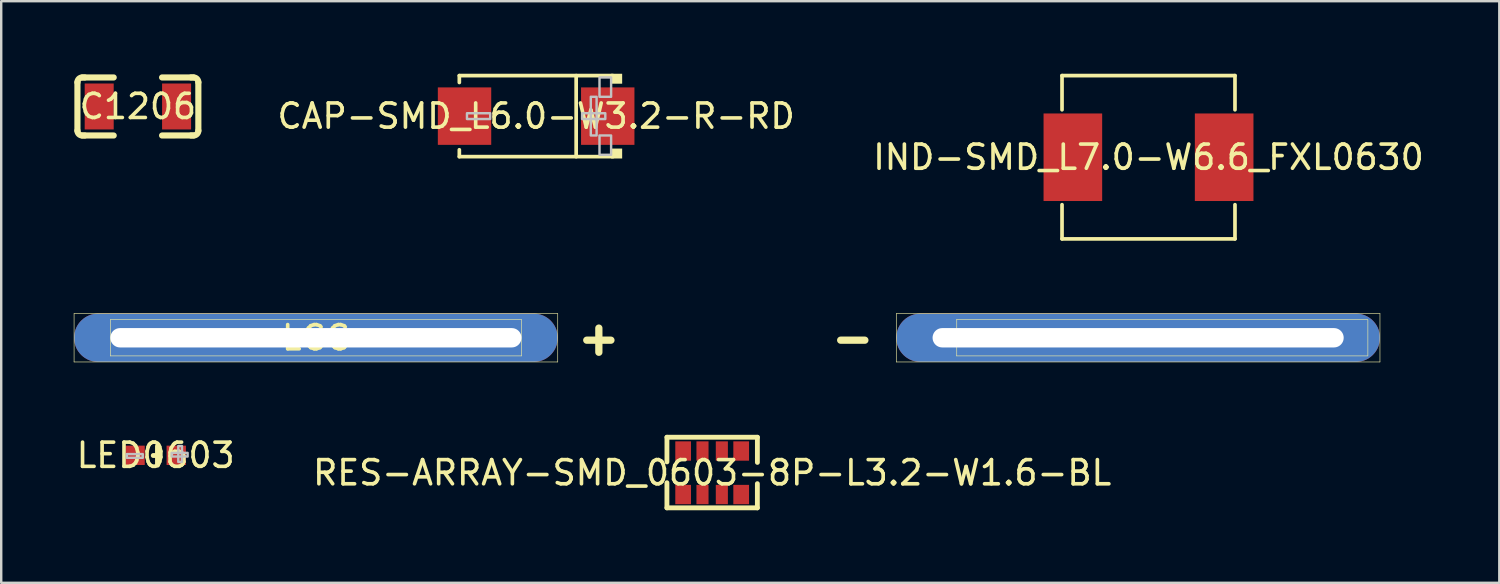
<source format=kicad_pcb>
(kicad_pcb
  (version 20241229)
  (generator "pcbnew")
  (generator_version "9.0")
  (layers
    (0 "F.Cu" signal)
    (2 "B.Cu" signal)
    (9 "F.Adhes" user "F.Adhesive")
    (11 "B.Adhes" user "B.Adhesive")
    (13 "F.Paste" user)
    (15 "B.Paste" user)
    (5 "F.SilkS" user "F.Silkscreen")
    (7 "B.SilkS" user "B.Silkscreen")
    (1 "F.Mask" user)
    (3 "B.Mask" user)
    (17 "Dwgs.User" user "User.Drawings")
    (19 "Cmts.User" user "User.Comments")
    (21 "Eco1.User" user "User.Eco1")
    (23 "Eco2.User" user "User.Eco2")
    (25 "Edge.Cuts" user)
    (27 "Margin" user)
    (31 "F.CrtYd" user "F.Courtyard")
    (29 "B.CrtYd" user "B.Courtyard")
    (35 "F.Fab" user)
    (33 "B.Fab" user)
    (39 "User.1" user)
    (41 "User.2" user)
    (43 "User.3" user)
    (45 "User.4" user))
  (footprint "LED0603"
    (layer "F.Cu")
    (at 3.387 15.778)
    (property "Reference" "LED0603" (at 0 0 0) (layer "F.SilkS") (effects (font (size 1 1) (thickness 0.15))))
    (fp_line (start 0.076 0.008) (end -0.099 0.008) (stroke (width 0.203) (type default)) (layer "F.SilkS"))
    (fp_line (start 0.076 0.406) (end 0.076 -0.381) (stroke (width 0.203) (type default)) (layer "F.SilkS"))
    (fp_poly (pts (xy -1.194 -0.05) (xy -0.533 -0.05) (xy -0.533 0.102) (xy -1.194 0.103)) (stroke (width 0.1) (type default)) (fill no) (layer "Dwgs.User"))
    (fp_poly (pts (xy 0.66 -0.102) (xy 1.321 -0.102) (xy 1.321 0.051) (xy 0.66 0.051)) (stroke (width 0.1) (type default)) (fill no) (layer "Dwgs.User"))
    (fp_poly (pts (xy 0.935 0.275) (xy 0.935 -0.385) (xy 1.088 -0.385) (xy 1.088 0.275)) (stroke (width 0.1) (type default)) (fill no) (layer "Dwgs.User"))
    (fp_poly (pts (xy -0.8 0.4) (xy -0.8 -0.4) (xy -0.5 -0.4) (xy -0.5 0.4)) (stroke (width 0.1) (type default)) (fill no) (layer "User.1"))
    (fp_poly (pts (xy 0.8 -0.4) (xy 0.8 0.4) (xy 0.5 0.4) (xy 0.5 -0.4)) (stroke (width 0.1) (type default)) (fill no) (layer "User.1"))
    (fp_line (start -0.8 -0.4) (end 0.8 -0.4) (stroke (width 0.051) (type default)) (layer "User.2"))
    (fp_line (start -0.8 0.4) (end -0.8 -0.4) (stroke (width 0.051) (type default)) (layer "User.2"))
    (fp_line (start 0.8 -0.4) (end 0.8 0.4) (stroke (width 0.051) (type default)) (layer "User.2"))
    (fp_line (start 0.8 0.4) (end -0.8 0.4) (stroke (width 0.051) (type default)) (layer "User.2"))
    (fp_poly (pts (xy 0.86 0.4) (xy 0.842 0.358) (xy 0.8 0.34) (xy 0.758 0.358) (xy 0.74 0.4) (xy 0.758 0.442) (xy 0.8 0.46) (xy 0.842 0.442)) (stroke (width 0.1) (type default)) (fill no) (layer "User.3"))
    (pad "1" smd rect (at 0.851 0 90) (size 0.8 0.8) (layers "F.Cu" "F.Mask" "F.Paste"))
    (pad "2" smd rect (at -0.851 0 90) (size 0.8 0.8) (layers "F.Cu" "F.Mask" "F.Paste")))
  (footprint "LCC"
    (layer "F.Cu")
    (at 10.013 10.917)
    (property "Reference" "LCC" (at 0 0 0) (layer "F.SilkS") (effects (font (size 1 1) (thickness 0.15))))
    (fp_line (start -10 -1) (end 10 -1) (stroke (width 0.025) (type default)) (layer "F.SilkS"))
    (fp_line (start -10 1) (end -10 -1) (stroke (width 0.025) (type default)) (layer "F.SilkS"))
    (fp_line (start -8.5 -0.75) (end 8.5 -0.75) (stroke (width 0.025) (type default)) (layer "F.SilkS"))
    (fp_line (start -8.5 0.75) (end -8.5 -0.75) (stroke (width 0.025) (type default)) (layer "F.SilkS"))
    (fp_line (start 8.5 -0.75) (end 8.5 0.75) (stroke (width 0.025) (type default)) (layer "F.SilkS"))
    (fp_line (start 8.5 0.75) (end -8.5 0.75) (stroke (width 0.025) (type default)) (layer "F.SilkS"))
    (fp_line (start 10 -1) (end 10 1) (stroke (width 0.025) (type default)) (layer "F.SilkS"))
    (fp_line (start 10 1) (end -10 1) (stroke (width 0.025) (type default)) (layer "F.SilkS"))
    (fp_line (start 11.2 0.1) (end 12.2 0.1) (stroke (width 0.3) (type default)) (layer "F.SilkS"))
    (fp_line (start 11.7 -0.4) (end 11.7 0.6) (stroke (width 0.3) (type default)) (layer "F.SilkS"))
    (fp_line (start 21.7 0.1) (end 22.7 0.1) (stroke (width 0.3) (type default)) (layer "F.SilkS"))
    (fp_line (start 24 -1) (end 44 -1) (stroke (width 0.025) (type default)) (layer "F.SilkS"))
    (fp_line (start 24 1) (end 24 -1) (stroke (width 0.025) (type default)) (layer "F.SilkS"))
    (fp_line (start 26.491 -0.75) (end 43.491 -0.75) (stroke (width 0.025) (type default)) (layer "F.SilkS"))
    (fp_line (start 26.5 0.75) (end 26.5 -0.75) (stroke (width 0.025) (type default)) (layer "F.SilkS"))
    (fp_line (start 43.491 0.75) (end 26.491 0.75) (stroke (width 0.025) (type default)) (layer "F.SilkS"))
    (fp_line (start 43.5 -0.75) (end 43.5 0.75) (stroke (width 0.025) (type default)) (layer "F.SilkS"))
    (fp_line (start 44 -1) (end 44 1) (stroke (width 0.025) (type default)) (layer "F.SilkS"))
    (fp_line (start 44 1) (end 24 1) (stroke (width 0.025) (type default)) (layer "F.SilkS"))
    (pad "1" thru_hole oval (at 0 0) (size 20 2) (drill oval 17 0.8) (layers "*.Cu" "*.Mask"))
    (pad "2" thru_hole oval (at 34 0) (size 20 2) (drill oval 17 0.8) (layers "*.Cu" "*.Mask")))
  (footprint "C1206"
    (layer "F.Cu")
    (at 2.652 1.353)
    (property "Reference" "C1206" (at 0 0 0) (layer "F.SilkS") (effects (font (size 1 1) (thickness 0.15))))
    (fp_line (start -2.5 -1) (end -2.5 1) (stroke (width 0.254) (type default)) (layer "F.SilkS"))
    (fp_line (start -2.3 -1.2) (end -2.2 -1.2) (stroke (width 0.254) (type default)) (layer "F.SilkS"))
    (fp_line (start -2.3 1.2) (end -2.2 1.2) (stroke (width 0.254) (type default)) (layer "F.SilkS"))
    (fp_line (start -1 -1.2) (end -2.2 -1.2) (stroke (width 0.254) (type default)) (layer "F.SilkS"))
    (fp_line (start -1 1.2) (end -2.2 1.2) (stroke (width 0.254) (type default)) (layer "F.SilkS"))
    (fp_line (start 1 -1.2) (end 2.2 -1.2) (stroke (width 0.254) (type default)) (layer "F.SilkS"))
    (fp_line (start 1 1.2) (end 2.2 1.2) (stroke (width 0.254) (type default)) (layer "F.SilkS"))
    (fp_line (start 2.3 -1.2) (end 2.2 -1.2) (stroke (width 0.254) (type default)) (layer "F.SilkS"))
    (fp_line (start 2.3 1.2) (end 2.2 1.2) (stroke (width 0.254) (type default)) (layer "F.SilkS"))
    (fp_line (start 2.5 -1) (end 2.5 1) (stroke (width 0.254) (type default)) (layer "F.SilkS"))
    (fp_arc (start -2.5 -1) (mid -2.441421 -1.141421) (end -2.3 -1.2) (stroke (width 0.254) (type default)) (layer "F.SilkS"))
    (fp_arc (start -2.3 1.2) (mid -2.441421 1.141421) (end -2.5 1) (stroke (width 0.254) (type default)) (layer "F.SilkS"))
    (fp_arc (start 2.3 -1.2) (mid 2.441421 -1.141421) (end 2.5 -1) (stroke (width 0.254) (type default)) (layer "F.SilkS"))
    (fp_arc (start 2.5 1) (mid 2.441421 1.141421) (end 2.3 1.2) (stroke (width 0.254) (type default)) (layer "F.SilkS"))
    (fp_poly (pts (xy -2.2 -0.95) (xy -1 -0.95) (xy -1 0.95) (xy -2.2 0.95)) (stroke (width 0.1) (type default)) (fill no) (layer "User.1"))
    (fp_poly (pts (xy 1 -0.95) (xy 2.2 -0.95) (xy 2.2 0.95) (xy 1 0.95)) (stroke (width 0.1) (type default)) (fill no) (layer "User.1"))
    (fp_line (start -2.627 -1.327) (end 2.627 -1.327) (stroke (width 0.051) (type default)) (layer "User.2"))
    (fp_line (start -2.627 1.327) (end -2.627 -1.327) (stroke (width 0.051) (type default)) (layer "User.2"))
    (fp_line (start 2.627 -1.327) (end 2.627 1.327) (stroke (width 0.051) (type default)) (layer "User.2"))
    (fp_line (start 2.627 1.327) (end -2.627 1.327) (stroke (width 0.051) (type default)) (layer "User.2"))
    (pad "1" smd rect (at -1.6 0) (size 1.2 1.9) (layers "F.Cu" "F.Mask" "F.Paste"))
    (pad "2" smd rect (at 1.6 0) (size 1.2 1.9) (layers "F.Cu" "F.Mask" "F.Paste")))
  (footprint "CAP-SMD_L6.0-W3.2-R-RD"
    (layer "F.Cu")
    (at 19.12 1.752)
    (property "Reference" "CAP-SMD_L6.0-W3.2-R-RD" (at 0 0 0) (layer "F.SilkS") (effects (font (size 1 1) (thickness 0.15))))
    (fp_line (start -3.176 -1.676) (end -3.176 -1.391) (stroke (width 0.152) (type default)) (layer "F.SilkS"))
    (fp_line (start -3.176 -1.676) (end 3.176 -1.676) (stroke (width 0.152) (type default)) (layer "F.SilkS"))
    (fp_line (start -3.176 1.676) (end -3.176 1.391) (stroke (width 0.152) (type default)) (layer "F.SilkS"))
    (fp_line (start -3.176 1.676) (end 3.176 1.676) (stroke (width 0.152) (type default)) (layer "F.SilkS"))
    (fp_line (start 1.655 -1.676) (end 1.655 1.676) (stroke (width 0.152) (type default)) (layer "F.SilkS"))
    (fp_poly (pts (xy 3.1 -1.752) (xy 3.1 -1.341) (xy 3.557 -1.341) (xy 3.557 -1.752)) (stroke (width 0) (type default)) (fill yes) (layer "F.SilkS"))
    (fp_poly (pts (xy 3.1 1.752) (xy 3.1 1.341) (xy 3.557 1.341) (xy 3.557 1.752)) (stroke (width 0) (type default)) (fill yes) (layer "F.SilkS"))
    (fp_poly (pts (xy -2.86 0.12) (xy -2.86 -0.12) (xy -1.9 -0.12) (xy -1.9 0.12)) (stroke (width 0.1) (type default)) (fill no) (layer "Dwgs.User"))
    (fp_poly (pts (xy 2.5 0.8) (xy 2.5 -0.8) (xy 2.26 -0.8) (xy 2.26 0.8)) (stroke (width 0.1) (type default)) (fill no) (layer "Dwgs.User"))
    (fp_poly (pts (xy 2.86 0.12) (xy 2.86 -0.12) (xy 1.9 -0.12) (xy 1.9 0.12)) (stroke (width 0.1) (type default)) (fill no) (layer "Dwgs.User"))
    (fp_poly (pts (xy 3.1 -1.6) (xy 3.1 -0.8) (xy 2.62 -0.8) (xy 2.62 -1.6)) (stroke (width 0.1) (type default)) (fill no) (layer "Dwgs.User"))
    (fp_poly (pts (xy 3.1 1.6) (xy 3.1 0.8) (xy 2.62 0.8) (xy 2.62 1.6)) (stroke (width 0.1) (type default)) (fill no) (layer "Dwgs.User"))
    (fp_poly (pts (xy -3 1.1) (xy -3 -1.1) (xy -1.7 -1.1) (xy -1.7 1.1)) (stroke (width 0.1) (type default)) (fill no) (layer "User.1"))
    (fp_poly (pts (xy 3 1.1) (xy 3 -1.1) (xy 1.7 -1.1) (xy 1.7 1.1)) (stroke (width 0.1) (type default)) (fill no) (layer "User.1"))
    (fp_line (start -3 -1.6) (end 3 -1.6) (stroke (width 0.051) (type default)) (layer "User.2"))
    (fp_line (start -3 1.6) (end -3 -1.6) (stroke (width 0.051) (type default)) (layer "User.2"))
    (fp_line (start 3 -1.6) (end 3 1.6) (stroke (width 0.051) (type default)) (layer "User.2"))
    (fp_line (start 3 1.6) (end -3 1.6) (stroke (width 0.051) (type default)) (layer "User.2"))
    (fp_poly (pts (xy 3.06 1.6) (xy 3.042 1.558) (xy 3 1.54) (xy 2.958 1.558) (xy 2.94 1.6) (xy 2.958 1.642) (xy 3 1.66) (xy 3.042 1.642)) (stroke (width 0.1) (type default)) (fill no) (layer "User.3"))
    (pad "1" smd rect (at 2.961 0) (size 2.208 2.376) (layers "F.Cu" "F.Mask" "F.Paste"))
    (pad "2" smd rect (at -2.961 0) (size 2.208 2.376) (layers "F.Cu" "F.Mask" "F.Paste")))
  (footprint "IND-SMD_L7.0-W6.6_FXL0630"
    (layer "F.Cu")
    (at 44.442 3.452)
    (property "Reference" "IND-SMD_L7.0-W6.6_FXL0630" (at 0 0 0) (layer "F.SilkS") (effects (font (size 1 1) (thickness 0.15))))
    (fp_line (start -3.576 -3.376) (end 3.576 -3.376) (stroke (width 0.152) (type default)) (layer "F.SilkS"))
    (fp_line (start -3.576 -1.962) (end -3.576 -3.376) (stroke (width 0.152) (type default)) (layer "F.SilkS"))
    (fp_line (start -3.576 1.962) (end -3.576 3.376) (stroke (width 0.152) (type default)) (layer "F.SilkS"))
    (fp_line (start -3.576 3.376) (end 3.576 3.376) (stroke (width 0.152) (type default)) (layer "F.SilkS"))
    (fp_line (start 3.576 -3.376) (end 3.576 -1.962) (stroke (width 0.152) (type default)) (layer "F.SilkS"))
    (fp_line (start 3.576 3.376) (end 3.576 1.962) (stroke (width 0.152) (type default)) (layer "F.SilkS"))
    (fp_poly (pts (xy -3.5 1.6) (xy -3.5 -1.6) (xy -2 -1.6) (xy -2 1.6)) (stroke (width 0.1) (type default)) (fill no) (layer "User.1"))
    (fp_poly (pts (xy 3.5 1.6) (xy 3.5 -1.6) (xy 2 -1.6) (xy 2 1.6)) (stroke (width 0.1) (type default)) (fill no) (layer "User.1"))
    (fp_line (start -3.5 -3.3) (end 3.5 -3.3) (stroke (width 0.051) (type default)) (layer "User.2"))
    (fp_line (start -3.5 3.3) (end -3.5 -3.3) (stroke (width 0.051) (type default)) (layer "User.2"))
    (fp_line (start 3.5 -3.3) (end 3.5 3.3) (stroke (width 0.051) (type default)) (layer "User.2"))
    (fp_line (start 3.5 3.3) (end -3.5 3.3) (stroke (width 0.051) (type default)) (layer "User.2"))
    (fp_poly (pts (xy 3.56 -3.3) (xy 3.542 -3.342) (xy 3.5 -3.36) (xy 3.458 -3.342) (xy 3.44 -3.3) (xy 3.458 -3.258) (xy 3.5 -3.24) (xy 3.542 -3.258)) (stroke (width 0.1) (type default)) (fill no) (layer "User.3"))
    (pad "1" smd rect (at 3.128 0) (size 2.424 3.62) (layers "F.Cu" "F.Mask" "F.Paste"))
    (pad "2" smd rect (at -3.128 0) (size 2.424 3.62) (layers "F.Cu" "F.Mask" "F.Paste")))
  (footprint "RES-ARRAY-SMD_0603-8P-L3.2-W1.6-BL"
    (layer "F.Cu")
    (at 26.399 16.5)
    (property "Reference" "RES-ARRAY-SMD_0603-8P-L3.2-W1.6-BL" (at 0 0 0) (layer "F.SilkS") (effects (font (size 1 1) (thickness 0.15))))
    (fp_line (start -1.871 1.45) (end -1.871 0.41) (stroke (width 0.2) (type default)) (layer "F.SilkS"))
    (fp_line (start -1.87 -1.47) (end 1.87 -1.47) (stroke (width 0.2) (type default)) (layer "F.SilkS"))
    (fp_line (start -1.87 -0.45) (end -1.87 -1.47) (stroke (width 0.2) (type default)) (layer "F.SilkS"))
    (fp_line (start 1.869 0.45) (end 1.869 1.45) (stroke (width 0.2) (type default)) (layer "F.SilkS"))
    (fp_line (start 1.869 1.45) (end -1.871 1.45) (stroke (width 0.2) (type default)) (layer "F.SilkS"))
    (fp_line (start 1.87 -1.47) (end 1.87 -0.429) (stroke (width 0.2) (type default)) (layer "F.SilkS"))
    (fp_poly (pts (xy -1.45 -0.5) (xy -1.45 -0.8) (xy -0.95 -0.8) (xy -0.95 -0.5)) (stroke (width 0.1) (type default)) (fill no) (layer "User.1"))
    (fp_poly (pts (xy -1.45 0.8) (xy -1.45 0.5) (xy -0.95 0.5) (xy -0.95 0.8)) (stroke (width 0.1) (type default)) (fill no) (layer "User.1"))
    (fp_poly (pts (xy -0.65 -0.5) (xy -0.65 -0.8) (xy -0.15 -0.8) (xy -0.15 -0.5)) (stroke (width 0.1) (type default)) (fill no) (layer "User.1"))
    (fp_poly (pts (xy -0.65 0.8) (xy -0.65 0.5) (xy -0.15 0.5) (xy -0.15 0.8)) (stroke (width 0.1) (type default)) (fill no) (layer "User.1"))
    (fp_poly (pts (xy 0.15 -0.5) (xy 0.15 -0.8) (xy 0.65 -0.8) (xy 0.65 -0.5)) (stroke (width 0.1) (type default)) (fill no) (layer "User.1"))
    (fp_poly (pts (xy 0.15 0.8) (xy 0.15 0.5) (xy 0.65 0.5) (xy 0.65 0.8)) (stroke (width 0.1) (type default)) (fill no) (layer "User.1"))
    (fp_poly (pts (xy 0.95 -0.5) (xy 0.95 -0.8) (xy 1.45 -0.8) (xy 1.45 -0.5)) (stroke (width 0.1) (type default)) (fill no) (layer "User.1"))
    (fp_poly (pts (xy 0.95 0.8) (xy 0.95 0.5) (xy 1.45 0.5) (xy 1.45 0.8)) (stroke (width 0.1) (type default)) (fill no) (layer "User.1"))
    (fp_line (start -1.6 -0.8) (end 1.6 -0.8) (stroke (width 0.051) (type default)) (layer "User.2"))
    (fp_line (start -1.6 0.8) (end -1.6 -0.8) (stroke (width 0.051) (type default)) (layer "User.2"))
    (fp_line (start 1.6 -0.8) (end 1.6 0.8) (stroke (width 0.051) (type default)) (layer "User.2"))
    (fp_line (start 1.6 0.8) (end -1.6 0.8) (stroke (width 0.051) (type default)) (layer "User.2"))
    (fp_poly (pts (xy -1.54 0.8) (xy -1.558 0.758) (xy -1.6 0.74) (xy -1.642 0.758) (xy -1.66 0.8) (xy -1.642 0.842) (xy -1.6 0.86) (xy -1.558 0.842)) (stroke (width 0.1) (type default)) (fill no) (layer "User.3"))
    (pad "1" smd rect (at -1.2 0.9) (size 0.65 0.8) (layers "F.Cu" "F.Mask" "F.Paste"))
    (pad "2" smd rect (at -0.4 0.9) (size 0.5 0.8) (layers "F.Cu" "F.Mask" "F.Paste"))
    (pad "3" smd rect (at 0.4 0.9) (size 0.5 0.8) (layers "F.Cu" "F.Mask" "F.Paste"))
    (pad "4" smd rect (at 1.2 0.9) (size 0.65 0.8) (layers "F.Cu" "F.Mask" "F.Paste"))
    (pad "5" smd rect (at 1.2 -0.9) (size 0.65 0.8) (layers "F.Cu" "F.Mask" "F.Paste"))
    (pad "6" smd rect (at 0.4 -0.9) (size 0.5 0.8) (layers "F.Cu" "F.Mask" "F.Paste"))
    (pad "7" smd rect (at -0.4 -0.9) (size 0.5 0.8) (layers "F.Cu" "F.Mask" "F.Paste"))
    (pad "8" smd rect (at -1.2 -0.9) (size 0.65 0.8) (layers "F.Cu" "F.Mask" "F.Paste")))
  (gr_rect
    (start -3 -3)
    (end 58.948 21.05)
    (stroke (width 0.1) (type default))
    (fill no)
    (layer "Edge.Cuts")))
</source>
